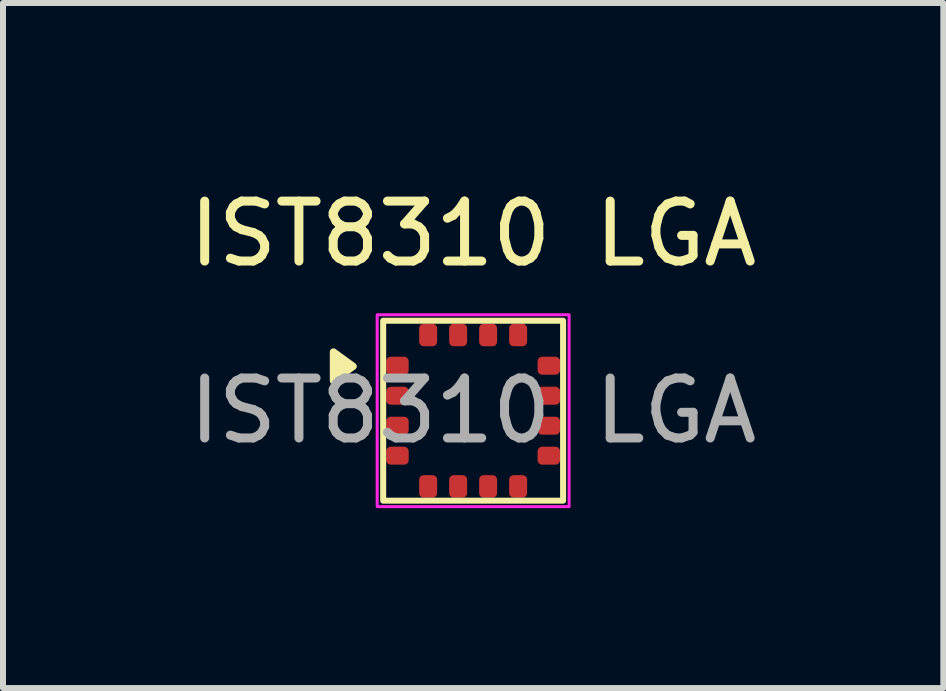
<source format=kicad_pcb>
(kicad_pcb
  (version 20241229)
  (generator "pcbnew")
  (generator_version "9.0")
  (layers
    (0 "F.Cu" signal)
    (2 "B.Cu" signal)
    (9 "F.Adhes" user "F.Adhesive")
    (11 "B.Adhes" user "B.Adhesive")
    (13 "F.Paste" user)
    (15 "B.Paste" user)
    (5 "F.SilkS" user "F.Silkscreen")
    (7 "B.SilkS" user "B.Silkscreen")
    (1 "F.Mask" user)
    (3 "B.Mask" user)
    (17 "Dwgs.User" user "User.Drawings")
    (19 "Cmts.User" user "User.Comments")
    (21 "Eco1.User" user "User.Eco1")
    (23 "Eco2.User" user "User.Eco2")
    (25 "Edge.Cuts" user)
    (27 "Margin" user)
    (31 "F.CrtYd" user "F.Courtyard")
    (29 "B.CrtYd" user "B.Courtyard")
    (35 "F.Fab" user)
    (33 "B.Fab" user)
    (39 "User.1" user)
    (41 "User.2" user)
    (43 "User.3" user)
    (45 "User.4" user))
  (footprint "IST8310 LGA"
    (layer "F.Cu")
    (at 4.839 3.798)
    (property "Reference" "IST8310 LGA" (at 0 -2.95 0) (layer "F.SilkS") (effects (font (size 1 1) (thickness 0.15))))
    (attr smd)
    (fp_rect (start -1.5 -1.5) (end 1.5 1.5) (stroke (width 0.1) (type solid)) (fill no) (layer "F.SilkS"))
    (fp_poly (pts (xy -2 -0.74) (xy -2.33 -0.5) (xy -2.33 -0.98)) (stroke (width 0.12) (type solid)) (fill yes) (layer "F.SilkS"))
    (fp_rect (start -1.6 -1.6) (end 1.6 1.6) (stroke (width 0.05) (type solid)) (fill no) (layer "F.CrtYd"))
    (fp_text user "${REFERENCE}" (at 0 0 0) (layer "F.Fab") (effects (font (size 1 1) (thickness 0.15))))
    (pad "1" smd roundrect (at -1.262 -0.75) (size 0.375 0.3) (layers "F.Cu" "F.Mask" "F.Paste") (roundrect_rratio 0.25))
    (pad "2" smd roundrect (at -1.262 -0.25) (size 0.375 0.3) (layers "F.Cu" "F.Mask" "F.Paste") (roundrect_rratio 0.25))
    (pad "3" smd roundrect (at -1.262 0.25) (size 0.375 0.3) (layers "F.Cu" "F.Mask" "F.Paste") (roundrect_rratio 0.25))
    (pad "4" smd roundrect (at -1.262 0.75) (size 0.375 0.3) (layers "F.Cu" "F.Mask" "F.Paste") (roundrect_rratio 0.25))
    (pad "5" smd roundrect (at -0.75 1.262) (size 0.3 0.375) (layers "F.Cu" "F.Mask" "F.Paste") (roundrect_rratio 0.25))
    (pad "6" smd roundrect (at -0.25 1.262) (size 0.3 0.375) (layers "F.Cu" "F.Mask" "F.Paste") (roundrect_rratio 0.25))
    (pad "7" smd roundrect (at 0.25 1.262) (size 0.3 0.375) (layers "F.Cu" "F.Mask" "F.Paste") (roundrect_rratio 0.25))
    (pad "8" smd roundrect (at 0.75 1.262) (size 0.3 0.375) (layers "F.Cu" "F.Mask" "F.Paste") (roundrect_rratio 0.25))
    (pad "9" smd roundrect (at 1.262 0.75) (size 0.375 0.3) (layers "F.Cu" "F.Mask" "F.Paste") (roundrect_rratio 0.25))
    (pad "10" smd roundrect (at 1.262 0.25) (size 0.375 0.3) (layers "F.Cu" "F.Mask" "F.Paste") (roundrect_rratio 0.25))
    (pad "11" smd roundrect (at 1.262 -0.25) (size 0.375 0.3) (layers "F.Cu" "F.Mask" "F.Paste") (roundrect_rratio 0.25))
    (pad "12" smd roundrect (at 1.262 -0.75) (size 0.375 0.3) (layers "F.Cu" "F.Mask" "F.Paste") (roundrect_rratio 0.25))
    (pad "13" smd roundrect (at 0.75 -1.262) (size 0.3 0.375) (layers "F.Cu" "F.Mask" "F.Paste") (roundrect_rratio 0.25))
    (pad "14" smd roundrect (at 0.25 -1.262) (size 0.3 0.375) (layers "F.Cu" "F.Mask" "F.Paste") (roundrect_rratio 0.25))
    (pad "15" smd roundrect (at -0.25 -1.262) (size 0.3 0.375) (layers "F.Cu" "F.Mask" "F.Paste") (roundrect_rratio 0.25))
    (pad "16" smd roundrect (at -0.75 -1.262) (size 0.3 0.375) (layers "F.Cu" "F.Mask" "F.Paste") (roundrect_rratio 0.25)))
  (gr_rect
    (start -3 -3)
    (end 12.679 8.423)
    (stroke (width 0.1) (type default))
    (fill no)
    (layer "Edge.Cuts")))
</source>
